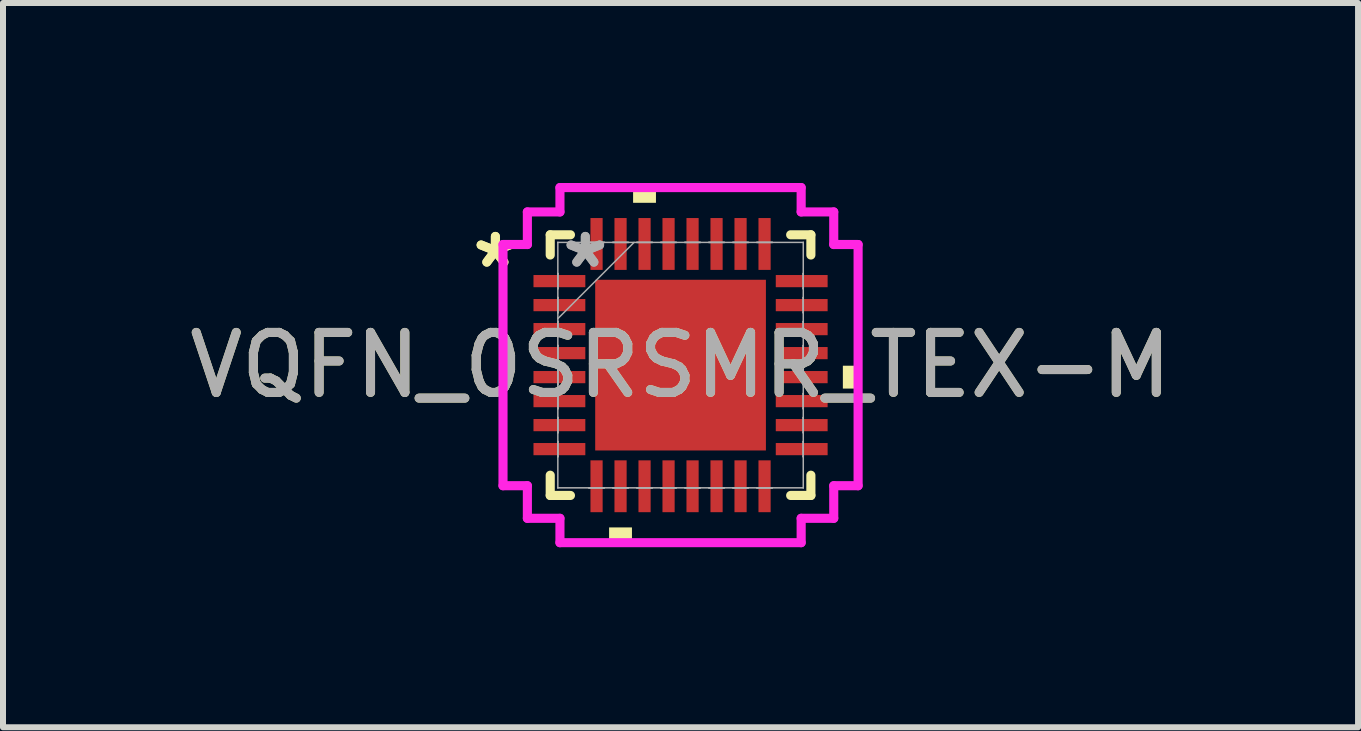
<source format=kicad_pcb>
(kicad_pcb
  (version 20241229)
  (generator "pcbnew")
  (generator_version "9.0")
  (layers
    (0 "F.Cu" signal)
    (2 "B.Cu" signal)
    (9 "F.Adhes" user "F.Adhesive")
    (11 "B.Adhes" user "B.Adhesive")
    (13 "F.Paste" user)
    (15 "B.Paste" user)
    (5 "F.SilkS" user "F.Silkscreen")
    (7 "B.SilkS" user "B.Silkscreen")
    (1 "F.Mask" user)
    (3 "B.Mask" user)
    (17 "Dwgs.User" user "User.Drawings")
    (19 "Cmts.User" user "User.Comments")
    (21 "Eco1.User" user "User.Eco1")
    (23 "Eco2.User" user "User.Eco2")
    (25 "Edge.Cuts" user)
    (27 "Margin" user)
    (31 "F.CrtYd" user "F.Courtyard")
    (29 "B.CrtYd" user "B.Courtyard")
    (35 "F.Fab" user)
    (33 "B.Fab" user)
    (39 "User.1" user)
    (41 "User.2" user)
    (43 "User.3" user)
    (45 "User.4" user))
  (footprint "VQFN_0SRSMR_TEX-M"
    (layer "F.Cu")
    (at 8.292 3.035)
    (property "Reference" "VQFN_0SRSMR_TEX-M" (at 0 0 0) (unlocked yes) (layer "F.SilkS") (effects (font (size 1 1) (thickness 0.15))))
    (attr smd)
    (fp_line (start -2.172 -2.172) (end -2.172 -1.835) (stroke (width 0.152) (type solid)) (layer "F.SilkS"))
    (fp_line (start -2.172 1.835) (end -2.172 2.172) (stroke (width 0.152) (type solid)) (layer "F.SilkS"))
    (fp_line (start -2.172 2.172) (end -1.835 2.172) (stroke (width 0.152) (type solid)) (layer "F.SilkS"))
    (fp_line (start -1.835 -2.172) (end -2.172 -2.172) (stroke (width 0.152) (type solid)) (layer "F.SilkS"))
    (fp_line (start 1.835 2.172) (end 2.172 2.172) (stroke (width 0.152) (type solid)) (layer "F.SilkS"))
    (fp_line (start 2.172 -2.172) (end 1.835 -2.172) (stroke (width 0.152) (type solid)) (layer "F.SilkS"))
    (fp_line (start 2.172 -1.835) (end 2.172 -2.172) (stroke (width 0.152) (type solid)) (layer "F.SilkS"))
    (fp_line (start 2.172 2.172) (end 2.172 1.835) (stroke (width 0.152) (type solid)) (layer "F.SilkS"))
    (fp_poly (pts (xy -1.191 2.705) (xy -1.191 2.959) (xy -0.81 2.959) (xy -0.81 2.705)) (stroke (width 0) (type solid)) (fill yes) (layer "F.SilkS"))
    (fp_poly (pts (xy -0.791 -2.705) (xy -0.791 -2.959) (xy -0.41 -2.959) (xy -0.41 -2.705)) (stroke (width 0) (type solid)) (fill yes) (layer "F.SilkS"))
    (fp_poly (pts (xy 2.959 0.01) (xy 2.959 0.391) (xy 2.705 0.391) (xy 2.705 0.01)) (stroke (width 0) (type solid)) (fill yes) (layer "F.SilkS"))
    (fp_poly (pts (xy -1.322 -1.322) (xy -1.322 -0.1) (xy -0.1 -0.1) (xy -0.1 -1.322)) (stroke (width 0) (type solid)) (fill yes) (layer "F.Paste"))
    (fp_poly (pts (xy -1.322 0.1) (xy -1.322 1.322) (xy -0.1 1.322) (xy -0.1 0.1)) (stroke (width 0) (type solid)) (fill yes) (layer "F.Paste"))
    (fp_poly (pts (xy 0.1 -1.322) (xy 0.1 -0.1) (xy 1.322 -0.1) (xy 1.322 -1.322)) (stroke (width 0) (type solid)) (fill yes) (layer "F.Paste"))
    (fp_poly (pts (xy 0.1 0.1) (xy 0.1 1.322) (xy 1.322 1.322) (xy 1.322 0.1)) (stroke (width 0) (type solid)) (fill yes) (layer "F.Paste"))
    (fp_line (start -2.959 -2.01) (end -2.553 -2.01) (stroke (width 0.152) (type solid)) (layer "F.CrtYd"))
    (fp_line (start -2.959 2.01) (end -2.959 -2.01) (stroke (width 0.152) (type solid)) (layer "F.CrtYd"))
    (fp_line (start -2.553 -2.553) (end -2.01 -2.553) (stroke (width 0.152) (type solid)) (layer "F.CrtYd"))
    (fp_line (start -2.553 -2.01) (end -2.553 -2.553) (stroke (width 0.152) (type solid)) (layer "F.CrtYd"))
    (fp_line (start -2.553 2.01) (end -2.959 2.01) (stroke (width 0.152) (type solid)) (layer "F.CrtYd"))
    (fp_line (start -2.553 2.553) (end -2.553 2.01) (stroke (width 0.152) (type solid)) (layer "F.CrtYd"))
    (fp_line (start -2.01 -2.959) (end 2.01 -2.959) (stroke (width 0.152) (type solid)) (layer "F.CrtYd"))
    (fp_line (start -2.01 -2.553) (end -2.01 -2.959) (stroke (width 0.152) (type solid)) (layer "F.CrtYd"))
    (fp_line (start -2.01 2.553) (end -2.553 2.553) (stroke (width 0.152) (type solid)) (layer "F.CrtYd"))
    (fp_line (start -2.01 2.959) (end -2.01 2.553) (stroke (width 0.152) (type solid)) (layer "F.CrtYd"))
    (fp_line (start 2.01 -2.959) (end 2.01 -2.553) (stroke (width 0.152) (type solid)) (layer "F.CrtYd"))
    (fp_line (start 2.01 -2.553) (end 2.553 -2.553) (stroke (width 0.152) (type solid)) (layer "F.CrtYd"))
    (fp_line (start 2.01 2.553) (end 2.01 2.959) (stroke (width 0.152) (type solid)) (layer "F.CrtYd"))
    (fp_line (start 2.01 2.959) (end -2.01 2.959) (stroke (width 0.152) (type solid)) (layer "F.CrtYd"))
    (fp_line (start 2.553 -2.553) (end 2.553 -2.01) (stroke (width 0.152) (type solid)) (layer "F.CrtYd"))
    (fp_line (start 2.553 -2.01) (end 2.959 -2.01) (stroke (width 0.152) (type solid)) (layer "F.CrtYd"))
    (fp_line (start 2.553 2.01) (end 2.553 2.553) (stroke (width 0.152) (type solid)) (layer "F.CrtYd"))
    (fp_line (start 2.553 2.553) (end 2.01 2.553) (stroke (width 0.152) (type solid)) (layer "F.CrtYd"))
    (fp_line (start 2.959 -2.01) (end 2.959 2.01) (stroke (width 0.152) (type solid)) (layer "F.CrtYd"))
    (fp_line (start 2.959 2.01) (end 2.553 2.01) (stroke (width 0.152) (type solid)) (layer "F.CrtYd"))
    (fp_line (start -2.045 -2.045) (end -2.045 -2.045) (stroke (width 0.025) (type solid)) (layer "F.Fab"))
    (fp_line (start -2.045 -2.045) (end -2.045 2.045) (stroke (width 0.025) (type solid)) (layer "F.Fab"))
    (fp_line (start -2.045 -1.527) (end -2.045 -1.527) (stroke (width 0.025) (type solid)) (layer "F.Fab"))
    (fp_line (start -2.045 -1.527) (end -2.045 -1.273) (stroke (width 0.025) (type solid)) (layer "F.Fab"))
    (fp_line (start -2.045 -1.273) (end -2.045 -1.527) (stroke (width 0.025) (type solid)) (layer "F.Fab"))
    (fp_line (start -2.045 -1.273) (end -2.045 -1.273) (stroke (width 0.025) (type solid)) (layer "F.Fab"))
    (fp_line (start -2.045 -1.127) (end -2.045 -1.127) (stroke (width 0.025) (type solid)) (layer "F.Fab"))
    (fp_line (start -2.045 -1.127) (end -2.045 -0.873) (stroke (width 0.025) (type solid)) (layer "F.Fab"))
    (fp_line (start -2.045 -0.873) (end -2.045 -1.127) (stroke (width 0.025) (type solid)) (layer "F.Fab"))
    (fp_line (start -2.045 -0.873) (end -2.045 -0.873) (stroke (width 0.025) (type solid)) (layer "F.Fab"))
    (fp_line (start -2.045 -0.775) (end -0.775 -2.045) (stroke (width 0.025) (type solid)) (layer "F.Fab"))
    (fp_line (start -2.045 -0.727) (end -2.045 -0.727) (stroke (width 0.025) (type solid)) (layer "F.Fab"))
    (fp_line (start -2.045 -0.727) (end -2.045 -0.473) (stroke (width 0.025) (type solid)) (layer "F.Fab"))
    (fp_line (start -2.045 -0.473) (end -2.045 -0.727) (stroke (width 0.025) (type solid)) (layer "F.Fab"))
    (fp_line (start -2.045 -0.473) (end -2.045 -0.473) (stroke (width 0.025) (type solid)) (layer "F.Fab"))
    (fp_line (start -2.045 -0.327) (end -2.045 -0.327) (stroke (width 0.025) (type solid)) (layer "F.Fab"))
    (fp_line (start -2.045 -0.327) (end -2.045 -0.073) (stroke (width 0.025) (type solid)) (layer "F.Fab"))
    (fp_line (start -2.045 -0.073) (end -2.045 -0.327) (stroke (width 0.025) (type solid)) (layer "F.Fab"))
    (fp_line (start -2.045 -0.073) (end -2.045 -0.073) (stroke (width 0.025) (type solid)) (layer "F.Fab"))
    (fp_line (start -2.045 0.073) (end -2.045 0.073) (stroke (width 0.025) (type solid)) (layer "F.Fab"))
    (fp_line (start -2.045 0.073) (end -2.045 0.327) (stroke (width 0.025) (type solid)) (layer "F.Fab"))
    (fp_line (start -2.045 0.327) (end -2.045 0.073) (stroke (width 0.025) (type solid)) (layer "F.Fab"))
    (fp_line (start -2.045 0.327) (end -2.045 0.327) (stroke (width 0.025) (type solid)) (layer "F.Fab"))
    (fp_line (start -2.045 0.473) (end -2.045 0.473) (stroke (width 0.025) (type solid)) (layer "F.Fab"))
    (fp_line (start -2.045 0.473) (end -2.045 0.727) (stroke (width 0.025) (type solid)) (layer "F.Fab"))
    (fp_line (start -2.045 0.727) (end -2.045 0.473) (stroke (width 0.025) (type solid)) (layer "F.Fab"))
    (fp_line (start -2.045 0.727) (end -2.045 0.727) (stroke (width 0.025) (type solid)) (layer "F.Fab"))
    (fp_line (start -2.045 0.873) (end -2.045 0.873) (stroke (width 0.025) (type solid)) (layer "F.Fab"))
    (fp_line (start -2.045 0.873) (end -2.045 1.127) (stroke (width 0.025) (type solid)) (layer "F.Fab"))
    (fp_line (start -2.045 1.127) (end -2.045 0.873) (stroke (width 0.025) (type solid)) (layer "F.Fab"))
    (fp_line (start -2.045 1.127) (end -2.045 1.127) (stroke (width 0.025) (type solid)) (layer "F.Fab"))
    (fp_line (start -2.045 1.273) (end -2.045 1.273) (stroke (width 0.025) (type solid)) (layer "F.Fab"))
    (fp_line (start -2.045 1.273) (end -2.045 1.527) (stroke (width 0.025) (type solid)) (layer "F.Fab"))
    (fp_line (start -2.045 1.527) (end -2.045 1.273) (stroke (width 0.025) (type solid)) (layer "F.Fab"))
    (fp_line (start -2.045 1.527) (end -2.045 1.527) (stroke (width 0.025) (type solid)) (layer "F.Fab"))
    (fp_line (start -2.045 2.045) (end -2.045 2.045) (stroke (width 0.025) (type solid)) (layer "F.Fab"))
    (fp_line (start -2.045 2.045) (end 2.045 2.045) (stroke (width 0.025) (type solid)) (layer "F.Fab"))
    (fp_line (start -1.527 -2.045) (end -1.527 -2.045) (stroke (width 0.025) (type solid)) (layer "F.Fab"))
    (fp_line (start -1.527 -2.045) (end -1.273 -2.045) (stroke (width 0.025) (type solid)) (layer "F.Fab"))
    (fp_line (start -1.527 2.045) (end -1.527 2.045) (stroke (width 0.025) (type solid)) (layer "F.Fab"))
    (fp_line (start -1.527 2.045) (end -1.273 2.045) (stroke (width 0.025) (type solid)) (layer "F.Fab"))
    (fp_line (start -1.273 -2.045) (end -1.527 -2.045) (stroke (width 0.025) (type solid)) (layer "F.Fab"))
    (fp_line (start -1.273 -2.045) (end -1.273 -2.045) (stroke (width 0.025) (type solid)) (layer "F.Fab"))
    (fp_line (start -1.273 2.045) (end -1.527 2.045) (stroke (width 0.025) (type solid)) (layer "F.Fab"))
    (fp_line (start -1.273 2.045) (end -1.273 2.045) (stroke (width 0.025) (type solid)) (layer "F.Fab"))
    (fp_line (start -1.127 -2.045) (end -1.127 -2.045) (stroke (width 0.025) (type solid)) (layer "F.Fab"))
    (fp_line (start -1.127 -2.045) (end -0.873 -2.045) (stroke (width 0.025) (type solid)) (layer "F.Fab"))
    (fp_line (start -1.127 2.045) (end -1.127 2.045) (stroke (width 0.025) (type solid)) (layer "F.Fab"))
    (fp_line (start -1.127 2.045) (end -0.873 2.045) (stroke (width 0.025) (type solid)) (layer "F.Fab"))
    (fp_line (start -0.873 -2.045) (end -1.127 -2.045) (stroke (width 0.025) (type solid)) (layer "F.Fab"))
    (fp_line (start -0.873 -2.045) (end -0.873 -2.045) (stroke (width 0.025) (type solid)) (layer "F.Fab"))
    (fp_line (start -0.873 2.045) (end -1.127 2.045) (stroke (width 0.025) (type solid)) (layer "F.Fab"))
    (fp_line (start -0.873 2.045) (end -0.873 2.045) (stroke (width 0.025) (type solid)) (layer "F.Fab"))
    (fp_line (start -0.727 -2.045) (end -0.727 -2.045) (stroke (width 0.025) (type solid)) (layer "F.Fab"))
    (fp_line (start -0.727 -2.045) (end -0.473 -2.045) (stroke (width 0.025) (type solid)) (layer "F.Fab"))
    (fp_line (start -0.727 2.045) (end -0.727 2.045) (stroke (width 0.025) (type solid)) (layer "F.Fab"))
    (fp_line (start -0.727 2.045) (end -0.473 2.045) (stroke (width 0.025) (type solid)) (layer "F.Fab"))
    (fp_line (start -0.473 -2.045) (end -0.727 -2.045) (stroke (width 0.025) (type solid)) (layer "F.Fab"))
    (fp_line (start -0.473 -2.045) (end -0.473 -2.045) (stroke (width 0.025) (type solid)) (layer "F.Fab"))
    (fp_line (start -0.473 2.045) (end -0.727 2.045) (stroke (width 0.025) (type solid)) (layer "F.Fab"))
    (fp_line (start -0.473 2.045) (end -0.473 2.045) (stroke (width 0.025) (type solid)) (layer "F.Fab"))
    (fp_line (start -0.327 -2.045) (end -0.327 -2.045) (stroke (width 0.025) (type solid)) (layer "F.Fab"))
    (fp_line (start -0.327 -2.045) (end -0.073 -2.045) (stroke (width 0.025) (type solid)) (layer "F.Fab"))
    (fp_line (start -0.327 2.045) (end -0.327 2.045) (stroke (width 0.025) (type solid)) (layer "F.Fab"))
    (fp_line (start -0.327 2.045) (end -0.073 2.045) (stroke (width 0.025) (type solid)) (layer "F.Fab"))
    (fp_line (start -0.073 -2.045) (end -0.327 -2.045) (stroke (width 0.025) (type solid)) (layer "F.Fab"))
    (fp_line (start -0.073 -2.045) (end -0.073 -2.045) (stroke (width 0.025) (type solid)) (layer "F.Fab"))
    (fp_line (start -0.073 2.045) (end -0.327 2.045) (stroke (width 0.025) (type solid)) (layer "F.Fab"))
    (fp_line (start -0.073 2.045) (end -0.073 2.045) (stroke (width 0.025) (type solid)) (layer "F.Fab"))
    (fp_line (start 0.073 -2.045) (end 0.073 -2.045) (stroke (width 0.025) (type solid)) (layer "F.Fab"))
    (fp_line (start 0.073 -2.045) (end 0.327 -2.045) (stroke (width 0.025) (type solid)) (layer "F.Fab"))
    (fp_line (start 0.073 2.045) (end 0.073 2.045) (stroke (width 0.025) (type solid)) (layer "F.Fab"))
    (fp_line (start 0.073 2.045) (end 0.327 2.045) (stroke (width 0.025) (type solid)) (layer "F.Fab"))
    (fp_line (start 0.327 -2.045) (end 0.073 -2.045) (stroke (width 0.025) (type solid)) (layer "F.Fab"))
    (fp_line (start 0.327 -2.045) (end 0.327 -2.045) (stroke (width 0.025) (type solid)) (layer "F.Fab"))
    (fp_line (start 0.327 2.045) (end 0.073 2.045) (stroke (width 0.025) (type solid)) (layer "F.Fab"))
    (fp_line (start 0.327 2.045) (end 0.327 2.045) (stroke (width 0.025) (type solid)) (layer "F.Fab"))
    (fp_line (start 0.473 -2.045) (end 0.473 -2.045) (stroke (width 0.025) (type solid)) (layer "F.Fab"))
    (fp_line (start 0.473 -2.045) (end 0.727 -2.045) (stroke (width 0.025) (type solid)) (layer "F.Fab"))
    (fp_line (start 0.473 2.045) (end 0.473 2.045) (stroke (width 0.025) (type solid)) (layer "F.Fab"))
    (fp_line (start 0.473 2.045) (end 0.727 2.045) (stroke (width 0.025) (type solid)) (layer "F.Fab"))
    (fp_line (start 0.727 -2.045) (end 0.473 -2.045) (stroke (width 0.025) (type solid)) (layer "F.Fab"))
    (fp_line (start 0.727 -2.045) (end 0.727 -2.045) (stroke (width 0.025) (type solid)) (layer "F.Fab"))
    (fp_line (start 0.727 2.045) (end 0.473 2.045) (stroke (width 0.025) (type solid)) (layer "F.Fab"))
    (fp_line (start 0.727 2.045) (end 0.727 2.045) (stroke (width 0.025) (type solid)) (layer "F.Fab"))
    (fp_line (start 0.873 -2.045) (end 0.873 -2.045) (stroke (width 0.025) (type solid)) (layer "F.Fab"))
    (fp_line (start 0.873 -2.045) (end 1.127 -2.045) (stroke (width 0.025) (type solid)) (layer "F.Fab"))
    (fp_line (start 0.873 2.045) (end 0.873 2.045) (stroke (width 0.025) (type solid)) (layer "F.Fab"))
    (fp_line (start 0.873 2.045) (end 1.127 2.045) (stroke (width 0.025) (type solid)) (layer "F.Fab"))
    (fp_line (start 1.127 -2.045) (end 0.873 -2.045) (stroke (width 0.025) (type solid)) (layer "F.Fab"))
    (fp_line (start 1.127 -2.045) (end 1.127 -2.045) (stroke (width 0.025) (type solid)) (layer "F.Fab"))
    (fp_line (start 1.127 2.045) (end 0.873 2.045) (stroke (width 0.025) (type solid)) (layer "F.Fab"))
    (fp_line (start 1.127 2.045) (end 1.127 2.045) (stroke (width 0.025) (type solid)) (layer "F.Fab"))
    (fp_line (start 1.273 -2.045) (end 1.273 -2.045) (stroke (width 0.025) (type solid)) (layer "F.Fab"))
    (fp_line (start 1.273 -2.045) (end 1.527 -2.045) (stroke (width 0.025) (type solid)) (layer "F.Fab"))
    (fp_line (start 1.273 2.045) (end 1.273 2.045) (stroke (width 0.025) (type solid)) (layer "F.Fab"))
    (fp_line (start 1.273 2.045) (end 1.527 2.045) (stroke (width 0.025) (type solid)) (layer "F.Fab"))
    (fp_line (start 1.527 -2.045) (end 1.273 -2.045) (stroke (width 0.025) (type solid)) (layer "F.Fab"))
    (fp_line (start 1.527 -2.045) (end 1.527 -2.045) (stroke (width 0.025) (type solid)) (layer "F.Fab"))
    (fp_line (start 1.527 2.045) (end 1.273 2.045) (stroke (width 0.025) (type solid)) (layer "F.Fab"))
    (fp_line (start 1.527 2.045) (end 1.527 2.045) (stroke (width 0.025) (type solid)) (layer "F.Fab"))
    (fp_line (start 2.045 -2.045) (end -2.045 -2.045) (stroke (width 0.025) (type solid)) (layer "F.Fab"))
    (fp_line (start 2.045 -2.045) (end 2.045 -2.045) (stroke (width 0.025) (type solid)) (layer "F.Fab"))
    (fp_line (start 2.045 -1.527) (end 2.045 -1.527) (stroke (width 0.025) (type solid)) (layer "F.Fab"))
    (fp_line (start 2.045 -1.527) (end 2.045 -1.273) (stroke (width 0.025) (type solid)) (layer "F.Fab"))
    (fp_line (start 2.045 -1.273) (end 2.045 -1.527) (stroke (width 0.025) (type solid)) (layer "F.Fab"))
    (fp_line (start 2.045 -1.273) (end 2.045 -1.273) (stroke (width 0.025) (type solid)) (layer "F.Fab"))
    (fp_line (start 2.045 -1.127) (end 2.045 -1.127) (stroke (width 0.025) (type solid)) (layer "F.Fab"))
    (fp_line (start 2.045 -1.127) (end 2.045 -0.873) (stroke (width 0.025) (type solid)) (layer "F.Fab"))
    (fp_line (start 2.045 -0.873) (end 2.045 -1.127) (stroke (width 0.025) (type solid)) (layer "F.Fab"))
    (fp_line (start 2.045 -0.873) (end 2.045 -0.873) (stroke (width 0.025) (type solid)) (layer "F.Fab"))
    (fp_line (start 2.045 -0.727) (end 2.045 -0.727) (stroke (width 0.025) (type solid)) (layer "F.Fab"))
    (fp_line (start 2.045 -0.727) (end 2.045 -0.473) (stroke (width 0.025) (type solid)) (layer "F.Fab"))
    (fp_line (start 2.045 -0.473) (end 2.045 -0.727) (stroke (width 0.025) (type solid)) (layer "F.Fab"))
    (fp_line (start 2.045 -0.473) (end 2.045 -0.473) (stroke (width 0.025) (type solid)) (layer "F.Fab"))
    (fp_line (start 2.045 -0.327) (end 2.045 -0.327) (stroke (width 0.025) (type solid)) (layer "F.Fab"))
    (fp_line (start 2.045 -0.327) (end 2.045 -0.073) (stroke (width 0.025) (type solid)) (layer "F.Fab"))
    (fp_line (start 2.045 -0.073) (end 2.045 -0.327) (stroke (width 0.025) (type solid)) (layer "F.Fab"))
    (fp_line (start 2.045 -0.073) (end 2.045 -0.073) (stroke (width 0.025) (type solid)) (layer "F.Fab"))
    (fp_line (start 2.045 0.073) (end 2.045 0.073) (stroke (width 0.025) (type solid)) (layer "F.Fab"))
    (fp_line (start 2.045 0.073) (end 2.045 0.327) (stroke (width 0.025) (type solid)) (layer "F.Fab"))
    (fp_line (start 2.045 0.327) (end 2.045 0.073) (stroke (width 0.025) (type solid)) (layer "F.Fab"))
    (fp_line (start 2.045 0.327) (end 2.045 0.327) (stroke (width 0.025) (type solid)) (layer "F.Fab"))
    (fp_line (start 2.045 0.473) (end 2.045 0.473) (stroke (width 0.025) (type solid)) (layer "F.Fab"))
    (fp_line (start 2.045 0.473) (end 2.045 0.727) (stroke (width 0.025) (type solid)) (layer "F.Fab"))
    (fp_line (start 2.045 0.727) (end 2.045 0.473) (stroke (width 0.025) (type solid)) (layer "F.Fab"))
    (fp_line (start 2.045 0.727) (end 2.045 0.727) (stroke (width 0.025) (type solid)) (layer "F.Fab"))
    (fp_line (start 2.045 0.873) (end 2.045 0.873) (stroke (width 0.025) (type solid)) (layer "F.Fab"))
    (fp_line (start 2.045 0.873) (end 2.045 1.127) (stroke (width 0.025) (type solid)) (layer "F.Fab"))
    (fp_line (start 2.045 1.127) (end 2.045 0.873) (stroke (width 0.025) (type solid)) (layer "F.Fab"))
    (fp_line (start 2.045 1.127) (end 2.045 1.127) (stroke (width 0.025) (type solid)) (layer "F.Fab"))
    (fp_line (start 2.045 1.273) (end 2.045 1.273) (stroke (width 0.025) (type solid)) (layer "F.Fab"))
    (fp_line (start 2.045 1.273) (end 2.045 1.527) (stroke (width 0.025) (type solid)) (layer "F.Fab"))
    (fp_line (start 2.045 1.527) (end 2.045 1.273) (stroke (width 0.025) (type solid)) (layer "F.Fab"))
    (fp_line (start 2.045 1.527) (end 2.045 1.527) (stroke (width 0.025) (type solid)) (layer "F.Fab"))
    (fp_line (start 2.045 2.045) (end 2.045 -2.045) (stroke (width 0.025) (type solid)) (layer "F.Fab"))
    (fp_line (start 2.045 2.045) (end 2.045 2.045) (stroke (width 0.025) (type solid)) (layer "F.Fab"))
    (fp_text user "*" (at -3.086 -1.6 0) (unlocked yes) (layer "F.SilkS") (effects (font (size 1 1) (thickness 0.15))))
    (fp_text user "*" (at -3.086 -1.6 0) (layer "F.SilkS") (effects (font (size 1 1) (thickness 0.15))))
    (fp_text user "*" (at -1.587 -1.6 0) (layer "F.Fab") (effects (font (size 1 1) (thickness 0.15))))
    (fp_text user "*" (at -1.587 -1.6 0) (unlocked yes) (layer "F.Fab") (effects (font (size 1 1) (thickness 0.15))))
    (fp_text user "${REFERENCE}" (at 0 0 0) (unlocked yes) (layer "F.Fab") (effects (font (size 1 1) (thickness 0.15))))
    (pad "1" smd rect (at -2.019 -1.4 90) (size 0.203 0.864) (layers "F.Cu" "F.Mask" "F.Paste"))
    (pad "2" smd rect (at -2.019 -1 90) (size 0.203 0.864) (layers "F.Cu" "F.Mask" "F.Paste"))
    (pad "3" smd rect (at -2.019 -0.6 90) (size 0.203 0.864) (layers "F.Cu" "F.Mask" "F.Paste"))
    (pad "4" smd rect (at -2.019 -0.2 90) (size 0.203 0.864) (layers "F.Cu" "F.Mask" "F.Paste"))
    (pad "5" smd rect (at -2.019 0.2 90) (size 0.203 0.864) (layers "F.Cu" "F.Mask" "F.Paste"))
    (pad "6" smd rect (at -2.019 0.6 90) (size 0.203 0.864) (layers "F.Cu" "F.Mask" "F.Paste"))
    (pad "7" smd rect (at -2.019 1 90) (size 0.203 0.864) (layers "F.Cu" "F.Mask" "F.Paste"))
    (pad "8" smd rect (at -2.019 1.4 90) (size 0.203 0.864) (layers "F.Cu" "F.Mask" "F.Paste"))
    (pad "9" smd rect (at -1.4 2.019) (size 0.203 0.864) (layers "F.Cu" "F.Mask" "F.Paste"))
    (pad "10" smd rect (at -1 2.019) (size 0.203 0.864) (layers "F.Cu" "F.Mask" "F.Paste"))
    (pad "11" smd rect (at -0.6 2.019) (size 0.203 0.864) (layers "F.Cu" "F.Mask" "F.Paste"))
    (pad "12" smd rect (at -0.2 2.019) (size 0.203 0.864) (layers "F.Cu" "F.Mask" "F.Paste"))
    (pad "13" smd rect (at 0.2 2.019) (size 0.203 0.864) (layers "F.Cu" "F.Mask" "F.Paste"))
    (pad "14" smd rect (at 0.6 2.019) (size 0.203 0.864) (layers "F.Cu" "F.Mask" "F.Paste"))
    (pad "15" smd rect (at 1 2.019) (size 0.203 0.864) (layers "F.Cu" "F.Mask" "F.Paste"))
    (pad "16" smd rect (at 1.4 2.019) (size 0.203 0.864) (layers "F.Cu" "F.Mask" "F.Paste"))
    (pad "17" smd rect (at 2.019 1.4 90) (size 0.203 0.864) (layers "F.Cu" "F.Mask" "F.Paste"))
    (pad "18" smd rect (at 2.019 1 90) (size 0.203 0.864) (layers "F.Cu" "F.Mask" "F.Paste"))
    (pad "19" smd rect (at 2.019 0.6 90) (size 0.203 0.864) (layers "F.Cu" "F.Mask" "F.Paste"))
    (pad "20" smd rect (at 2.019 0.2 90) (size 0.203 0.864) (layers "F.Cu" "F.Mask" "F.Paste"))
    (pad "21" smd rect (at 2.019 -0.2 90) (size 0.203 0.864) (layers "F.Cu" "F.Mask" "F.Paste"))
    (pad "22" smd rect (at 2.019 -0.6 90) (size 0.203 0.864) (layers "F.Cu" "F.Mask" "F.Paste"))
    (pad "23" smd rect (at 2.019 -1 90) (size 0.203 0.864) (layers "F.Cu" "F.Mask" "F.Paste"))
    (pad "24" smd rect (at 2.019 -1.4 90) (size 0.203 0.864) (layers "F.Cu" "F.Mask" "F.Paste"))
    (pad "25" smd rect (at 1.4 -2.019) (size 0.203 0.864) (layers "F.Cu" "F.Mask" "F.Paste"))
    (pad "26" smd rect (at 1 -2.019) (size 0.203 0.864) (layers "F.Cu" "F.Mask" "F.Paste"))
    (pad "27" smd rect (at 0.6 -2.019) (size 0.203 0.864) (layers "F.Cu" "F.Mask" "F.Paste"))
    (pad "28" smd rect (at 0.2 -2.019) (size 0.203 0.864) (layers "F.Cu" "F.Mask" "F.Paste"))
    (pad "29" smd rect (at -0.2 -2.019) (size 0.203 0.864) (layers "F.Cu" "F.Mask" "F.Paste"))
    (pad "30" smd rect (at -0.6 -2.019) (size 0.203 0.864) (layers "F.Cu" "F.Mask" "F.Paste"))
    (pad "31" smd rect (at -1 -2.019) (size 0.203 0.864) (layers "F.Cu" "F.Mask" "F.Paste"))
    (pad "32" smd rect (at -1.4 -2.019) (size 0.203 0.864) (layers "F.Cu" "F.Mask" "F.Paste"))
    (pad "33" smd rect (at 0 0) (size 2.845 2.845) (layers "F.Cu" "F.Mask")))
  (gr_rect
    (start -3 -3)
    (end 19.583 9.071)
    (stroke (width 0.1) (type default))
    (fill no)
    (layer "Edge.Cuts")))
</source>
